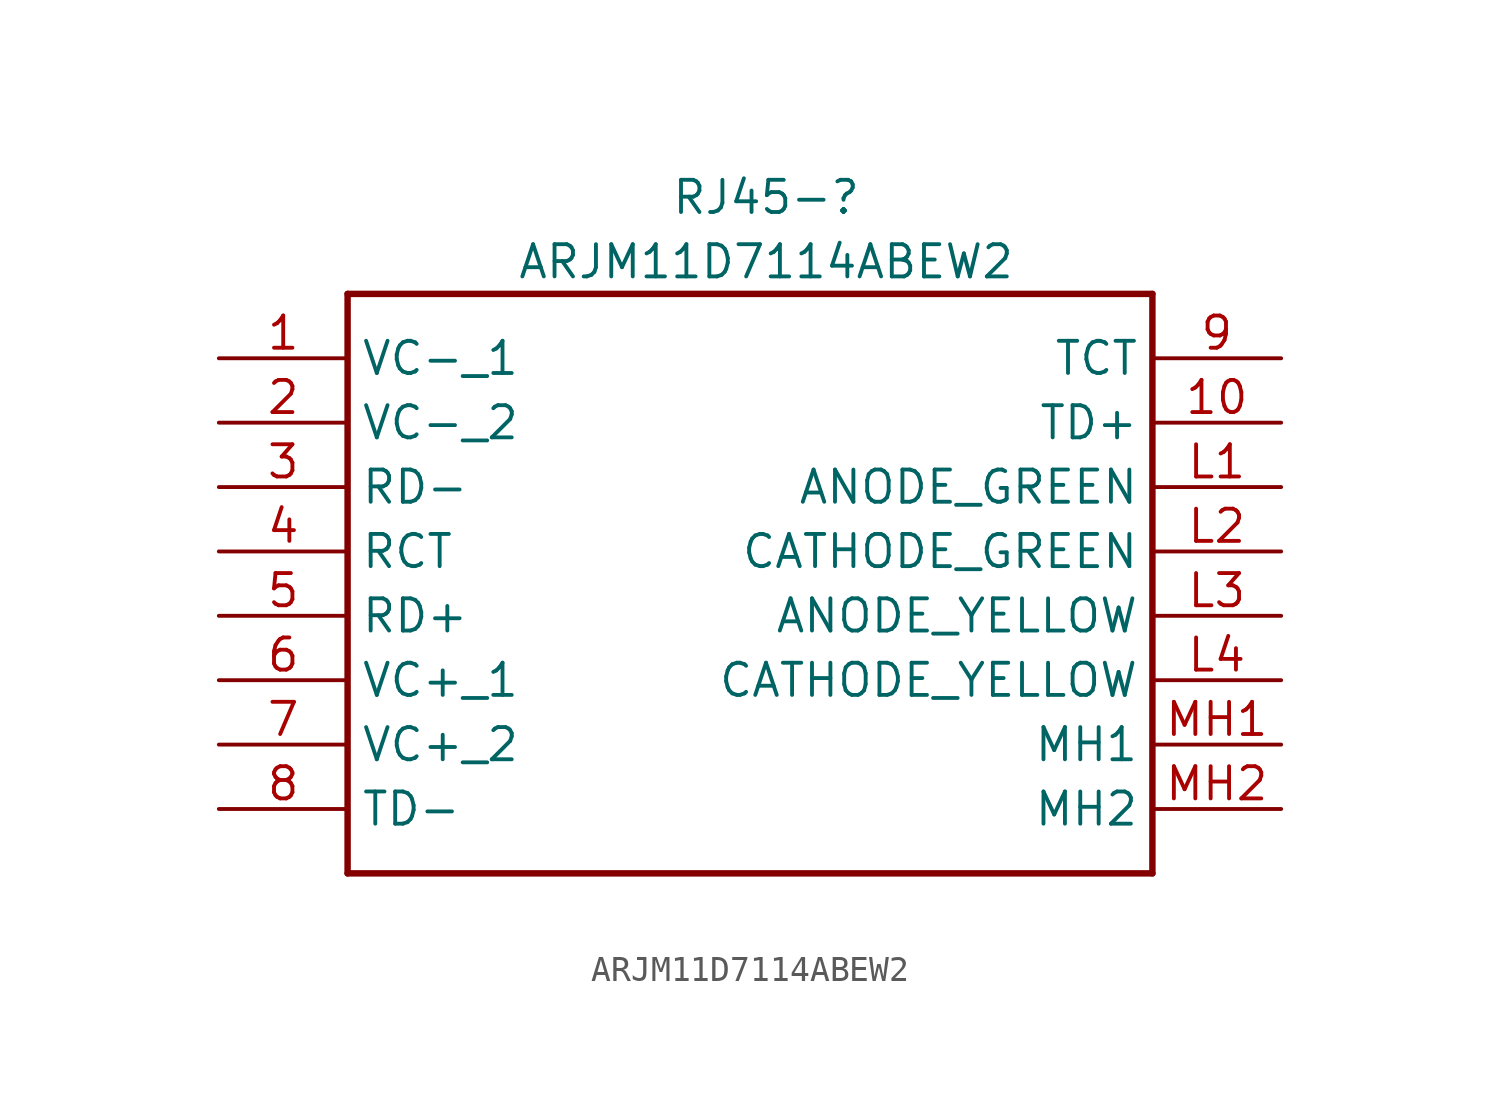
<source format=kicad_sym>
(kicad_symbol_lib
  (version 20220914)
  (generator kicad_symbol_editor)
  (symbol "ARJM11D7114ABEW2"
    (property "Reference" "RJ45-"
      (at 0 15.24 0)
      (effects (font (size 1.27 1.27))))
    (property "Value" "ARJM11D7114ABEW2"
      (at 0 12.7 0)
      (effects (font (size 1.27 1.27))))
    (symbol "ARJM11D7114ABEW2_1_0"
      (polyline (pts (xy -16.51 11.43) (xy -16.51 -11.43)) (stroke (width 0.254) (type default)) (fill (type none)))
      (polyline (pts (xy -16.51 11.43) (xy 15.24 11.43)) (stroke (width 0.254) (type default)) (fill (type none)))
      (polyline (pts (xy 15.24 -11.43) (xy -16.51 -11.43)) (stroke (width 0.254) (type default)) (fill (type none)))
      (polyline (pts (xy 15.24 -11.43) (xy 15.24 11.43)) (stroke (width 0.254) (type default)) (fill (type none)))
      (pin bidirectional line (at -21.59 8.89 0) (length 5.08) (name "VC-_1" (effects (font (size 1.27 1.27)))) (number "1" (effects (font (size 1.27 1.27)))))
      (pin bidirectional line (at 20.32 6.35 180) (length 5.08) (name "TD+" (effects (font (size 1.27 1.27)))) (number "10" (effects (font (size 1.27 1.27)))))
      (pin bidirectional line (at -21.59 6.35 0) (length 5.08) (name "VC-_2" (effects (font (size 1.27 1.27)))) (number "2" (effects (font (size 1.27 1.27)))))
      (pin bidirectional line (at -21.59 3.81 0) (length 5.08) (name "RD-" (effects (font (size 1.27 1.27)))) (number "3" (effects (font (size 1.27 1.27)))))
      (pin bidirectional line (at -21.59 1.27 0) (length 5.08) (name "RCT" (effects (font (size 1.27 1.27)))) (number "4" (effects (font (size 1.27 1.27)))))
      (pin bidirectional line (at -21.59 -1.27 0) (length 5.08) (name "RD+" (effects (font (size 1.27 1.27)))) (number "5" (effects (font (size 1.27 1.27)))))
      (pin bidirectional line (at -21.59 -3.81 0) (length 5.08) (name "VC+_1" (effects (font (size 1.27 1.27)))) (number "6" (effects (font (size 1.27 1.27)))))
      (pin bidirectional line (at -21.59 -6.35 0) (length 5.08) (name "VC+_2" (effects (font (size 1.27 1.27)))) (number "7" (effects (font (size 1.27 1.27)))))
      (pin bidirectional line (at -21.59 -8.89 0) (length 5.08) (name "TD-" (effects (font (size 1.27 1.27)))) (number "8" (effects (font (size 1.27 1.27)))))
      (pin bidirectional line (at 20.32 8.89 180) (length 5.08) (name "TCT" (effects (font (size 1.27 1.27)))) (number "9" (effects (font (size 1.27 1.27)))))
      (pin bidirectional line (at 20.32 3.81 180) (length 5.08) (name "ANODE_GREEN" (effects (font (size 1.27 1.27)))) (number "L1" (effects (font (size 1.27 1.27)))))
      (pin bidirectional line (at 20.32 1.27 180) (length 5.08) (name "CATHODE_GREEN" (effects (font (size 1.27 1.27)))) (number "L2" (effects (font (size 1.27 1.27)))))
      (pin bidirectional line (at 20.32 -1.27 180) (length 5.08) (name "ANODE_YELLOW" (effects (font (size 1.27 1.27)))) (number "L3" (effects (font (size 1.27 1.27)))))
      (pin bidirectional line (at 20.32 -3.81 180) (length 5.08) (name "CATHODE_YELLOW" (effects (font (size 1.27 1.27)))) (number "L4" (effects (font (size 1.27 1.27)))))
      (pin bidirectional line (at 20.32 -6.35 180) (length 5.08) (name "MH1" (effects (font (size 1.27 1.27)))) (number "MH1" (effects (font (size 1.27 1.27)))))
      (pin bidirectional line (at 20.32 -8.89 180) (length 5.08) (name "MH2" (effects (font (size 1.27 1.27)))) (number "MH2" (effects (font (size 1.27 1.27))))))))
</source>
